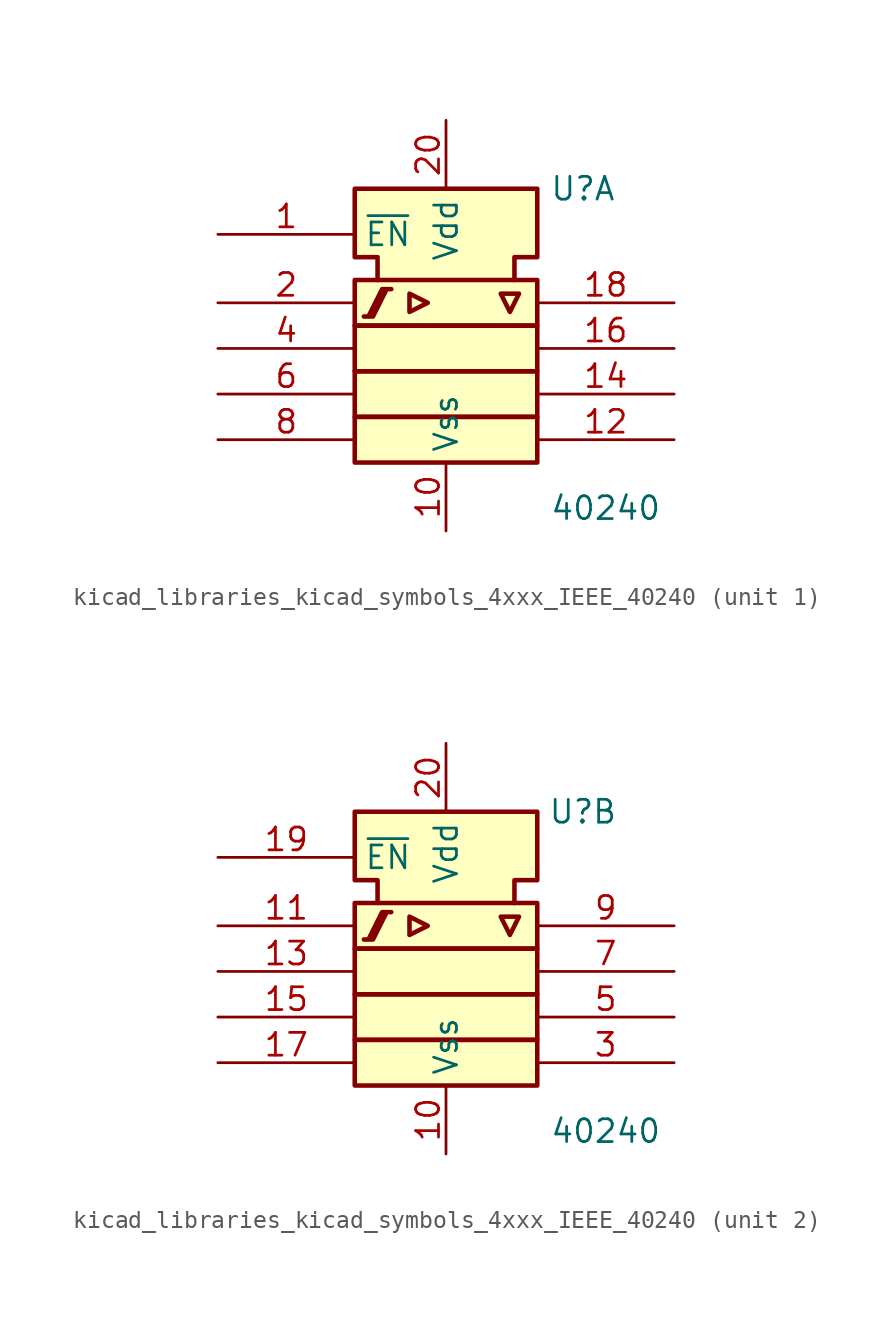
<source format=kicad_sym>
(kicad_symbol_lib
  (version 20220914)
  (generator kicad_symbol_editor)
  (symbol "kicad_libraries_kicad_symbols_4xxx_IEEE_40240"
    (property "Reference" "U"
      (at 7.62 8.89 0)
      (effects (font (size 1.27 1.27))))
    (property "Value" "40240"
      (at 8.89 -8.89 0)
      (effects (font (size 1.27 1.27))))
    (symbol "kicad_libraries_kicad_symbols_4xxx_IEEE_40240_0_0"
      (polyline (pts (xy -2.032 3.048) (xy -2.032 2.032) (xy -1.016 2.54) (xy -2.032 3.048) (xy -2.032 3.048)) (stroke (width 0.254) (type default)) (fill (type background)))
      (polyline (pts (xy 3.048 3.048) (xy 4.064 3.048) (xy 3.556 2.032) (xy 3.048 3.048) (xy 3.048 3.048)) (stroke (width 0.254) (type default)) (fill (type background)))
      (polyline (pts (xy -4.572 1.778) (xy -4.064 1.778) (xy -3.302 3.302) (xy -3.048 3.302) (xy -3.556 3.302) (xy -4.318 1.778) (xy -4.318 1.778)) (stroke (width 0.254) (type default)) (fill (type background))))
    (symbol "kicad_libraries_kicad_symbols_4xxx_IEEE_40240_0_1"
      (rectangle (start -5.08 -3.81) (end 5.08 -6.35) (stroke (width 0.254) (type default)) (fill (type background)))
      (rectangle (start -5.08 -1.27) (end 5.08 -3.81) (stroke (width 0.254) (type default)) (fill (type background)))
      (rectangle (start -5.08 1.27) (end 5.08 -1.27) (stroke (width 0.254) (type default)) (fill (type background)))
      (rectangle (start -5.08 3.81) (end 5.08 1.27) (stroke (width 0.254) (type default)) (fill (type background)))
      (polyline (pts (xy -3.81 3.81) (xy -3.81 5.08) (xy -5.08 5.08) (xy -5.08 8.89) (xy 5.08 8.89) (xy 5.08 5.08) (xy 3.81 5.08) (xy 3.81 3.81) (xy 3.81 3.81)) (stroke (width 0.254) (type default)) (fill (type background)))
      (pin power_in line (at 0 -10.16 90) (length 3.81) (name "Vss" (effects (font (size 1.27 1.27)))) (number "10" (effects (font (size 1.27 1.27)))))
      (pin power_in line (at 0 12.7 270) (length 3.81) (name "Vdd" (effects (font (size 1.27 1.27)))) (number "20" (effects (font (size 1.27 1.27))))))
    (symbol "kicad_libraries_kicad_symbols_4xxx_IEEE_40240_1_0"
      (pin output line (at 12.7 -5.08 180) (length 7.62) (name "~" (effects (font (size 1.27 1.27)))) (number "12" (effects (font (size 1.27 1.27)))))
      (pin output line (at 12.7 -2.54 180) (length 7.62) (name "~" (effects (font (size 1.27 1.27)))) (number "14" (effects (font (size 1.27 1.27)))))
      (pin output line (at 12.7 0 180) (length 7.62) (name "~" (effects (font (size 1.27 1.27)))) (number "16" (effects (font (size 1.27 1.27)))))
      (pin output line (at 12.7 2.54 180) (length 7.62) (name "~" (effects (font (size 1.27 1.27)))) (number "18" (effects (font (size 1.27 1.27)))))
      (pin input line (at -12.7 0 0) (length 7.62) (name "~" (effects (font (size 1.27 1.27)))) (number "4" (effects (font (size 1.27 1.27))))))
    (symbol "kicad_libraries_kicad_symbols_4xxx_IEEE_40240_1_1"
      (pin input line (at -12.7 6.35 0) (length 7.62) (name "~{EN}" (effects (font (size 1.27 1.27)))) (number "1" (effects (font (size 1.27 1.27)))))
      (pin input line (at -12.7 2.54 0) (length 7.62) (name "~" (effects (font (size 1.27 1.27)))) (number "2" (effects (font (size 1.27 1.27)))))
      (pin input line (at -12.7 -2.54 0) (length 7.62) (name "~" (effects (font (size 1.27 1.27)))) (number "6" (effects (font (size 1.27 1.27)))))
      (pin input line (at -12.7 -5.08 0) (length 7.62) (name "~" (effects (font (size 1.27 1.27)))) (number "8" (effects (font (size 1.27 1.27))))))
    (symbol "kicad_libraries_kicad_symbols_4xxx_IEEE_40240_2_0"
      (pin input line (at -12.7 2.54 0) (length 7.62) (name "~" (effects (font (size 1.27 1.27)))) (number "11" (effects (font (size 1.27 1.27)))))
      (pin input line (at -12.7 -2.54 0) (length 7.62) (name "~" (effects (font (size 1.27 1.27)))) (number "15" (effects (font (size 1.27 1.27)))))
      (pin input line (at -12.7 -5.08 0) (length 7.62) (name "~" (effects (font (size 1.27 1.27)))) (number "17" (effects (font (size 1.27 1.27)))))
      (pin input line (at -12.7 6.35 0) (length 7.62) (name "~{EN}" (effects (font (size 1.27 1.27)))) (number "19" (effects (font (size 1.27 1.27))))))
    (symbol "kicad_libraries_kicad_symbols_4xxx_IEEE_40240_2_1"
      (pin input line (at -12.7 0 0) (length 7.62) (name "~" (effects (font (size 1.27 1.27)))) (number "13" (effects (font (size 1.27 1.27)))))
      (pin output line (at 12.7 -5.08 180) (length 7.62) (name "~" (effects (font (size 1.27 1.27)))) (number "3" (effects (font (size 1.27 1.27)))))
      (pin output line (at 12.7 -2.54 180) (length 7.62) (name "~" (effects (font (size 1.27 1.27)))) (number "5" (effects (font (size 1.27 1.27)))))
      (pin output line (at 12.7 0 180) (length 7.62) (name "~" (effects (font (size 1.27 1.27)))) (number "7" (effects (font (size 1.27 1.27)))))
      (pin output line (at 12.7 2.54 180) (length 7.62) (name "~" (effects (font (size 1.27 1.27)))) (number "9" (effects (font (size 1.27 1.27))))))))
</source>
